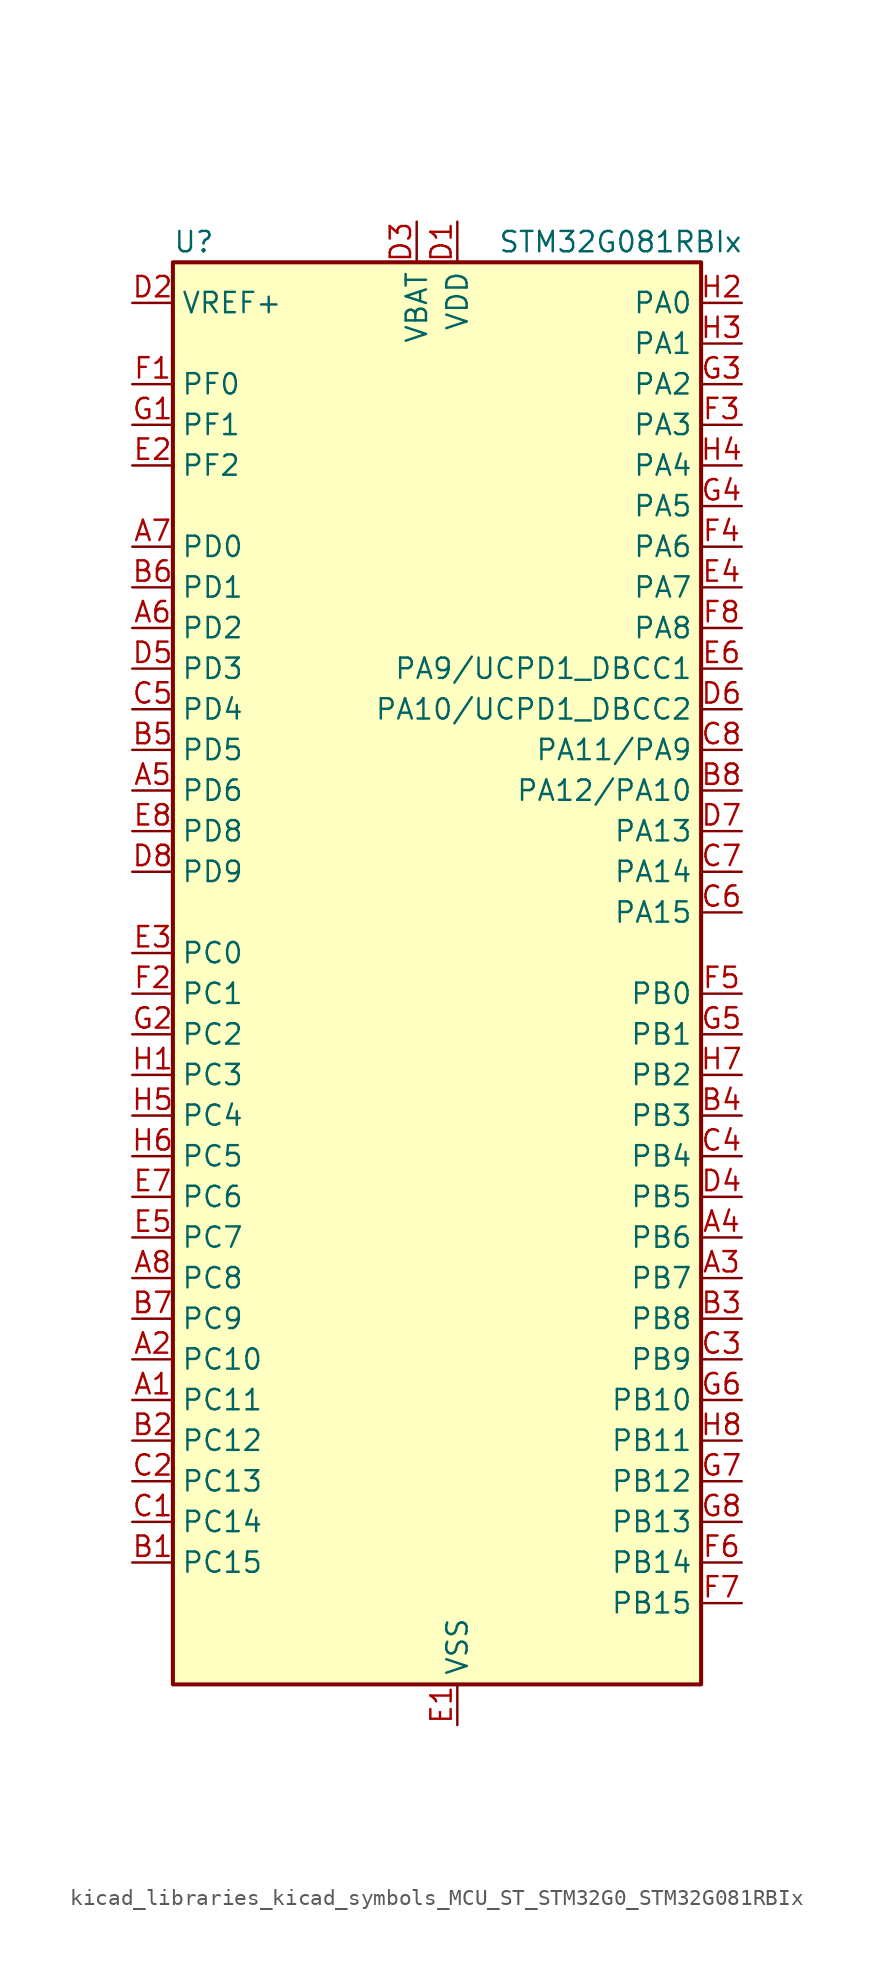
<source format=kicad_sym>
(kicad_symbol_lib
  (version 20220914)
  (generator kicad_symbol_editor)
  (symbol "kicad_libraries_kicad_symbols_MCU_ST_STM32G0_STM32G081RBIx"
    (property "Reference" "U"
      (at -15.24 46.99 0)
      (effects (font (size 1.27 1.27)) (justify left)))
    (property "Value" "STM32G081RBIx"
      (at 5.08 46.99 0)
      (effects (font (size 1.27 1.27)) (justify left)))
    (property "ki_locked" ""
      (at 0 0 0)
      (effects (font (size 1.27 1.27))))
    (symbol "kicad_libraries_kicad_symbols_MCU_ST_STM32G0_STM32G081RBIx_0_1"
      (rectangle (start -15.24 -43.18) (end 17.78 45.72) (stroke (width 0.254) (type default)) (fill (type background))))
    (symbol "kicad_libraries_kicad_symbols_MCU_ST_STM32G0_STM32G081RBIx_1_1"
      (pin bidirectional line (at -17.78 -25.4 0) (length 2.54) (name "PC11" (effects (font (size 1.27 1.27)))) (number "A1" (effects (font (size 1.27 1.27)))) (alternate "ADC1_EXTI11" bidirectional line) (alternate "TIM1_CH4" bidirectional line) (alternate "USART3_RX" bidirectional line) (alternate "USART4_RX" bidirectional line))
      (pin bidirectional line (at -17.78 -22.86 0) (length 2.54) (name "PC10" (effects (font (size 1.27 1.27)))) (number "A2" (effects (font (size 1.27 1.27)))) (alternate "TIM1_CH3" bidirectional line) (alternate "USART3_TX" bidirectional line) (alternate "USART4_TX" bidirectional line))
      (pin bidirectional line (at 20.32 -17.78 180) (length 2.54) (name "PB7" (effects (font (size 1.27 1.27)))) (number "A3" (effects (font (size 1.27 1.27)))) (alternate "COMP2_INM" bidirectional line) (alternate "I2C1_SDA" bidirectional line) (alternate "LPTIM1_IN2" bidirectional line) (alternate "SPI2_MOSI" bidirectional line) (alternate "SYS_PVD_IN" bidirectional line) (alternate "TIM17_CH1N" bidirectional line) (alternate "USART1_RX" bidirectional line) (alternate "USART4_CTS" bidirectional line) (alternate "USART4_NSS" bidirectional line))
      (pin bidirectional line (at 20.32 -15.24 180) (length 2.54) (name "PB6" (effects (font (size 1.27 1.27)))) (number "A4" (effects (font (size 1.27 1.27)))) (alternate "COMP2_INP" bidirectional line) (alternate "I2C1_SCL" bidirectional line) (alternate "LPTIM1_ETR" bidirectional line) (alternate "SPI2_MISO" bidirectional line) (alternate "TIM16_CH1N" bidirectional line) (alternate "TIM1_CH3" bidirectional line) (alternate "USART1_TX" bidirectional line))
      (pin bidirectional line (at -17.78 12.7 0) (length 2.54) (name "PD6" (effects (font (size 1.27 1.27)))) (number "A5" (effects (font (size 1.27 1.27)))) (alternate "I2S1_SD" bidirectional line) (alternate "LPTIM2_OUT" bidirectional line) (alternate "SPI1_MOSI" bidirectional line) (alternate "USART2_RX" bidirectional line))
      (pin bidirectional line (at -17.78 22.86 0) (length 2.54) (name "PD2" (effects (font (size 1.27 1.27)))) (number "A6" (effects (font (size 1.27 1.27)))) (alternate "TIM1_CH1N" bidirectional line) (alternate "TIM3_ETR" bidirectional line) (alternate "UCPD2_CC2" bidirectional line) (alternate "USART3_CK" bidirectional line) (alternate "USART3_DE" bidirectional line) (alternate "USART3_RTS" bidirectional line))
      (pin bidirectional line (at -17.78 27.94 0) (length 2.54) (name "PD0" (effects (font (size 1.27 1.27)))) (number "A7" (effects (font (size 1.27 1.27)))) (alternate "SPI2_NSS" bidirectional line) (alternate "TIM16_CH1" bidirectional line) (alternate "UCPD2_CC1" bidirectional line))
      (pin bidirectional line (at -17.78 -17.78 0) (length 2.54) (name "PC8" (effects (font (size 1.27 1.27)))) (number "A8" (effects (font (size 1.27 1.27)))) (alternate "TIM1_CH1" bidirectional line) (alternate "TIM3_CH3" bidirectional line) (alternate "UCPD2_FRSTX1" bidirectional line) (alternate "UCPD2_FRSTX2" bidirectional line))
      (pin bidirectional line (at -17.78 -35.56 0) (length 2.54) (name "PC15" (effects (font (size 1.27 1.27)))) (number "B1" (effects (font (size 1.27 1.27)))) (alternate "RCC_OSC32_EN" bidirectional line) (alternate "RCC_OSC32_OUT" bidirectional line) (alternate "RCC_OSC_EN" bidirectional line) (alternate "TIM15_BK" bidirectional line))
      (pin bidirectional line (at -17.78 -27.94 0) (length 2.54) (name "PC12" (effects (font (size 1.27 1.27)))) (number "B2" (effects (font (size 1.27 1.27)))) (alternate "LPTIM1_IN1" bidirectional line) (alternate "TIM14_CH1" bidirectional line) (alternate "UCPD1_FRSTX1" bidirectional line) (alternate "UCPD1_FRSTX2" bidirectional line))
      (pin bidirectional line (at 20.32 -20.32 180) (length 2.54) (name "PB8" (effects (font (size 1.27 1.27)))) (number "B3" (effects (font (size 1.27 1.27)))) (alternate "CEC" bidirectional line) (alternate "I2C1_SCL" bidirectional line) (alternate "SPI2_SCK" bidirectional line) (alternate "TIM15_BK" bidirectional line) (alternate "TIM16_CH1" bidirectional line) (alternate "USART3_TX" bidirectional line))
      (pin bidirectional line (at 20.32 -7.62 180) (length 2.54) (name "PB3" (effects (font (size 1.27 1.27)))) (number "B4" (effects (font (size 1.27 1.27)))) (alternate "COMP2_INM" bidirectional line) (alternate "I2S1_CK" bidirectional line) (alternate "SPI1_SCK" bidirectional line) (alternate "TIM1_CH2" bidirectional line) (alternate "TIM2_CH2" bidirectional line) (alternate "USART1_CK" bidirectional line) (alternate "USART1_DE" bidirectional line) (alternate "USART1_RTS" bidirectional line))
      (pin bidirectional line (at -17.78 15.24 0) (length 2.54) (name "PD5" (effects (font (size 1.27 1.27)))) (number "B5" (effects (font (size 1.27 1.27)))) (alternate "I2S1_MCK" bidirectional line) (alternate "SPI1_MISO" bidirectional line) (alternate "TIM1_BK" bidirectional line) (alternate "USART2_TX" bidirectional line))
      (pin bidirectional line (at -17.78 25.4 0) (length 2.54) (name "PD1" (effects (font (size 1.27 1.27)))) (number "B6" (effects (font (size 1.27 1.27)))) (alternate "SPI2_SCK" bidirectional line) (alternate "TIM17_CH1" bidirectional line) (alternate "UCPD2_DBCC1" bidirectional line))
      (pin bidirectional line (at -17.78 -20.32 0) (length 2.54) (name "PC9" (effects (font (size 1.27 1.27)))) (number "B7" (effects (font (size 1.27 1.27)))) (alternate "DAC1_EXTI9" bidirectional line) (alternate "I2S_CKIN" bidirectional line) (alternate "TIM1_CH2" bidirectional line) (alternate "TIM3_CH4" bidirectional line))
      (pin bidirectional line (at 20.32 12.7 180) (length 2.54) (name "PA12/PA10" (effects (font (size 1.27 1.27)))) (number "B8" (effects (font (size 1.27 1.27)))) (alternate "COMP2_OUT" bidirectional line) (alternate "I2C2_SDA" bidirectional line) (alternate "I2S1_SD" bidirectional line) (alternate "I2S_CKIN" bidirectional line) (alternate "SPI1_MOSI" bidirectional line) (alternate "TIM1_ETR" bidirectional line) (alternate "USART1_CK" bidirectional line) (alternate "USART1_DE" bidirectional line) (alternate "USART1_RTS" bidirectional line))
      (pin bidirectional line (at -17.78 -33.02 0) (length 2.54) (name "PC14" (effects (font (size 1.27 1.27)))) (number "C1" (effects (font (size 1.27 1.27)))) (alternate "RCC_OSC32_IN" bidirectional line) (alternate "TIM1_BK2" bidirectional line))
      (pin bidirectional line (at -17.78 -30.48 0) (length 2.54) (name "PC13" (effects (font (size 1.27 1.27)))) (number "C2" (effects (font (size 1.27 1.27)))) (alternate "RTC_OUT_ALARM" bidirectional line) (alternate "RTC_OUT_CALIB" bidirectional line) (alternate "RTC_TAMP_IN1" bidirectional line) (alternate "RTC_TS" bidirectional line) (alternate "SYS_WKUP2" bidirectional line) (alternate "TIM1_BK" bidirectional line))
      (pin bidirectional line (at 20.32 -22.86 180) (length 2.54) (name "PB9" (effects (font (size 1.27 1.27)))) (number "C3" (effects (font (size 1.27 1.27)))) (alternate "DAC1_EXTI9" bidirectional line) (alternate "I2C1_SDA" bidirectional line) (alternate "IR_OUT" bidirectional line) (alternate "SPI2_NSS" bidirectional line) (alternate "TIM17_CH1" bidirectional line) (alternate "UCPD2_FRSTX1" bidirectional line) (alternate "UCPD2_FRSTX2" bidirectional line) (alternate "USART3_RX" bidirectional line))
      (pin bidirectional line (at 20.32 -10.16 180) (length 2.54) (name "PB4" (effects (font (size 1.27 1.27)))) (number "C4" (effects (font (size 1.27 1.27)))) (alternate "COMP2_INP" bidirectional line) (alternate "I2S1_MCK" bidirectional line) (alternate "SPI1_MISO" bidirectional line) (alternate "TIM17_BK" bidirectional line) (alternate "TIM3_CH1" bidirectional line) (alternate "USART1_CTS" bidirectional line) (alternate "USART1_NSS" bidirectional line))
      (pin bidirectional line (at -17.78 17.78 0) (length 2.54) (name "PD4" (effects (font (size 1.27 1.27)))) (number "C5" (effects (font (size 1.27 1.27)))) (alternate "SPI2_MOSI" bidirectional line) (alternate "TIM1_CH3N" bidirectional line) (alternate "USART2_CK" bidirectional line) (alternate "USART2_DE" bidirectional line) (alternate "USART2_RTS" bidirectional line))
      (pin bidirectional line (at 20.32 5.08 180) (length 2.54) (name "PA15" (effects (font (size 1.27 1.27)))) (number "C6" (effects (font (size 1.27 1.27)))) (alternate "I2S1_WS" bidirectional line) (alternate "SPI1_NSS" bidirectional line) (alternate "TIM2_CH1" bidirectional line) (alternate "TIM2_ETR" bidirectional line) (alternate "USART2_RX" bidirectional line) (alternate "USART3_CK" bidirectional line) (alternate "USART3_DE" bidirectional line) (alternate "USART3_RTS" bidirectional line) (alternate "USART4_CK" bidirectional line) (alternate "USART4_DE" bidirectional line) (alternate "USART4_RTS" bidirectional line))
      (pin bidirectional line (at 20.32 7.62 180) (length 2.54) (name "PA14" (effects (font (size 1.27 1.27)))) (number "C7" (effects (font (size 1.27 1.27)))) (alternate "SYS_SWCLK" bidirectional line) (alternate "USART2_TX" bidirectional line))
      (pin bidirectional line (at 20.32 15.24 180) (length 2.54) (name "PA11/PA9" (effects (font (size 1.27 1.27)))) (number "C8" (effects (font (size 1.27 1.27)))) (alternate "ADC1_EXTI11" bidirectional line) (alternate "COMP1_OUT" bidirectional line) (alternate "I2C2_SCL" bidirectional line) (alternate "I2S1_MCK" bidirectional line) (alternate "SPI1_MISO" bidirectional line) (alternate "TIM1_BK2" bidirectional line) (alternate "TIM1_CH4" bidirectional line) (alternate "USART1_CTS" bidirectional line) (alternate "USART1_NSS" bidirectional line))
      (pin power_in line (at 2.54 48.26 270) (length 2.54) (name "VDD" (effects (font (size 1.27 1.27)))) (number "D1" (effects (font (size 1.27 1.27)))))
      (pin input line (at -17.78 43.18 0) (length 2.54) (name "VREF+" (effects (font (size 1.27 1.27)))) (number "D2" (effects (font (size 1.27 1.27)))) (alternate "VREFBUF_OUT" bidirectional line))
      (pin power_in line (at 0 48.26 270) (length 2.54) (name "VBAT" (effects (font (size 1.27 1.27)))) (number "D3" (effects (font (size 1.27 1.27)))))
      (pin bidirectional line (at 20.32 -12.7 180) (length 2.54) (name "PB5" (effects (font (size 1.27 1.27)))) (number "D4" (effects (font (size 1.27 1.27)))) (alternate "COMP2_OUT" bidirectional line) (alternate "I2C1_SMBA" bidirectional line) (alternate "I2S1_SD" bidirectional line) (alternate "LPTIM1_IN1" bidirectional line) (alternate "SPI1_MOSI" bidirectional line) (alternate "SYS_WKUP6" bidirectional line) (alternate "TIM16_BK" bidirectional line) (alternate "TIM3_CH2" bidirectional line))
      (pin bidirectional line (at -17.78 20.32 0) (length 2.54) (name "PD3" (effects (font (size 1.27 1.27)))) (number "D5" (effects (font (size 1.27 1.27)))) (alternate "SPI2_MISO" bidirectional line) (alternate "TIM1_CH2N" bidirectional line) (alternate "UCPD2_DBCC2" bidirectional line) (alternate "USART2_CTS" bidirectional line) (alternate "USART2_NSS" bidirectional line))
      (pin bidirectional line (at 20.32 17.78 180) (length 2.54) (name "PA10/UCPD1_DBCC2" (effects (font (size 1.27 1.27)))) (number "D6" (effects (font (size 1.27 1.27)))) (alternate "I2C1_SDA" bidirectional line) (alternate "SPI2_MOSI" bidirectional line) (alternate "TIM17_BK" bidirectional line) (alternate "TIM1_CH3" bidirectional line) (alternate "UCPD1_DBCC2" bidirectional line) (alternate "USART1_RX" bidirectional line))
      (pin bidirectional line (at 20.32 10.16 180) (length 2.54) (name "PA13" (effects (font (size 1.27 1.27)))) (number "D7" (effects (font (size 1.27 1.27)))) (alternate "IR_OUT" bidirectional line) (alternate "SYS_SWDIO" bidirectional line))
      (pin bidirectional line (at -17.78 7.62 0) (length 2.54) (name "PD9" (effects (font (size 1.27 1.27)))) (number "D8" (effects (font (size 1.27 1.27)))) (alternate "DAC1_EXTI9" bidirectional line) (alternate "I2S1_WS" bidirectional line) (alternate "SPI1_NSS" bidirectional line) (alternate "TIM1_BK2" bidirectional line) (alternate "USART3_RX" bidirectional line))
      (pin power_in line (at 2.54 -45.72 90) (length 2.54) (name "VSS" (effects (font (size 1.27 1.27)))) (number "E1" (effects (font (size 1.27 1.27)))))
      (pin bidirectional line (at -17.78 33.02 0) (length 2.54) (name "PF2" (effects (font (size 1.27 1.27)))) (number "E2" (effects (font (size 1.27 1.27)))) (alternate "RCC_MCO" bidirectional line))
      (pin bidirectional line (at -17.78 2.54 0) (length 2.54) (name "PC0" (effects (font (size 1.27 1.27)))) (number "E3" (effects (font (size 1.27 1.27)))) (alternate "LPTIM1_IN1" bidirectional line) (alternate "LPTIM2_IN1" bidirectional line) (alternate "LPUART1_RX" bidirectional line))
      (pin bidirectional line (at 20.32 25.4 180) (length 2.54) (name "PA7" (effects (font (size 1.27 1.27)))) (number "E4" (effects (font (size 1.27 1.27)))) (alternate "ADC1_IN7" bidirectional line) (alternate "COMP2_OUT" bidirectional line) (alternate "I2S1_SD" bidirectional line) (alternate "SPI1_MOSI" bidirectional line) (alternate "TIM14_CH1" bidirectional line) (alternate "TIM17_CH1" bidirectional line) (alternate "TIM1_CH1N" bidirectional line) (alternate "TIM3_CH2" bidirectional line) (alternate "UCPD1_FRSTX1" bidirectional line) (alternate "UCPD1_FRSTX2" bidirectional line))
      (pin bidirectional line (at -17.78 -15.24 0) (length 2.54) (name "PC7" (effects (font (size 1.27 1.27)))) (number "E5" (effects (font (size 1.27 1.27)))) (alternate "TIM2_CH4" bidirectional line) (alternate "TIM3_CH2" bidirectional line) (alternate "UCPD2_FRSTX1" bidirectional line) (alternate "UCPD2_FRSTX2" bidirectional line))
      (pin bidirectional line (at 20.32 20.32 180) (length 2.54) (name "PA9/UCPD1_DBCC1" (effects (font (size 1.27 1.27)))) (number "E6" (effects (font (size 1.27 1.27)))) (alternate "DAC1_EXTI9" bidirectional line) (alternate "I2C1_SCL" bidirectional line) (alternate "RCC_MCO" bidirectional line) (alternate "SPI2_MISO" bidirectional line) (alternate "TIM15_BK" bidirectional line) (alternate "TIM1_CH2" bidirectional line) (alternate "UCPD1_DBCC1" bidirectional line) (alternate "USART1_TX" bidirectional line))
      (pin bidirectional line (at -17.78 -12.7 0) (length 2.54) (name "PC6" (effects (font (size 1.27 1.27)))) (number "E7" (effects (font (size 1.27 1.27)))) (alternate "TIM2_CH3" bidirectional line) (alternate "TIM3_CH1" bidirectional line) (alternate "UCPD1_FRSTX1" bidirectional line) (alternate "UCPD1_FRSTX2" bidirectional line))
      (pin bidirectional line (at -17.78 10.16 0) (length 2.54) (name "PD8" (effects (font (size 1.27 1.27)))) (number "E8" (effects (font (size 1.27 1.27)))) (alternate "I2S1_CK" bidirectional line) (alternate "LPTIM1_OUT" bidirectional line) (alternate "SPI1_SCK" bidirectional line) (alternate "USART3_TX" bidirectional line))
      (pin bidirectional line (at -17.78 38.1 0) (length 2.54) (name "PF0" (effects (font (size 1.27 1.27)))) (number "F1" (effects (font (size 1.27 1.27)))) (alternate "RCC_OSC_IN" bidirectional line) (alternate "TIM14_CH1" bidirectional line))
      (pin bidirectional line (at -17.78 0 0) (length 2.54) (name "PC1" (effects (font (size 1.27 1.27)))) (number "F2" (effects (font (size 1.27 1.27)))) (alternate "LPTIM1_OUT" bidirectional line) (alternate "LPUART1_TX" bidirectional line) (alternate "TIM15_CH1" bidirectional line))
      (pin bidirectional line (at 20.32 35.56 180) (length 2.54) (name "PA3" (effects (font (size 1.27 1.27)))) (number "F3" (effects (font (size 1.27 1.27)))) (alternate "ADC1_IN3" bidirectional line) (alternate "COMP2_INP" bidirectional line) (alternate "LPUART1_RX" bidirectional line) (alternate "SPI2_MISO" bidirectional line) (alternate "TIM15_CH2" bidirectional line) (alternate "TIM2_CH4" bidirectional line) (alternate "UCPD2_FRSTX1" bidirectional line) (alternate "UCPD2_FRSTX2" bidirectional line) (alternate "USART2_RX" bidirectional line))
      (pin bidirectional line (at 20.32 27.94 180) (length 2.54) (name "PA6" (effects (font (size 1.27 1.27)))) (number "F4" (effects (font (size 1.27 1.27)))) (alternate "ADC1_IN6" bidirectional line) (alternate "COMP1_OUT" bidirectional line) (alternate "I2S1_MCK" bidirectional line) (alternate "LPUART1_CTS" bidirectional line) (alternate "SPI1_MISO" bidirectional line) (alternate "TIM16_CH1" bidirectional line) (alternate "TIM1_BK" bidirectional line) (alternate "TIM3_CH1" bidirectional line) (alternate "USART3_CTS" bidirectional line) (alternate "USART3_NSS" bidirectional line))
      (pin bidirectional line (at 20.32 0 180) (length 2.54) (name "PB0" (effects (font (size 1.27 1.27)))) (number "F5" (effects (font (size 1.27 1.27)))) (alternate "ADC1_IN8" bidirectional line) (alternate "COMP1_OUT" bidirectional line) (alternate "I2S1_WS" bidirectional line) (alternate "LPTIM1_OUT" bidirectional line) (alternate "SPI1_NSS" bidirectional line) (alternate "TIM1_CH2N" bidirectional line) (alternate "TIM3_CH3" bidirectional line) (alternate "UCPD1_FRSTX1" bidirectional line) (alternate "UCPD1_FRSTX2" bidirectional line) (alternate "USART3_RX" bidirectional line))
      (pin bidirectional line (at 20.32 -35.56 180) (length 2.54) (name "PB14" (effects (font (size 1.27 1.27)))) (number "F6" (effects (font (size 1.27 1.27)))) (alternate "I2C2_SDA" bidirectional line) (alternate "SPI2_MISO" bidirectional line) (alternate "TIM15_CH1" bidirectional line) (alternate "TIM1_CH2N" bidirectional line) (alternate "UCPD1_FRSTX1" bidirectional line) (alternate "UCPD1_FRSTX2" bidirectional line) (alternate "USART3_CK" bidirectional line) (alternate "USART3_DE" bidirectional line) (alternate "USART3_RTS" bidirectional line))
      (pin bidirectional line (at 20.32 -38.1 180) (length 2.54) (name "PB15" (effects (font (size 1.27 1.27)))) (number "F7" (effects (font (size 1.27 1.27)))) (alternate "RTC_REFIN" bidirectional line) (alternate "SPI2_MOSI" bidirectional line) (alternate "TIM15_CH1N" bidirectional line) (alternate "TIM15_CH2" bidirectional line) (alternate "TIM1_CH3N" bidirectional line) (alternate "UCPD1_CC2" bidirectional line))
      (pin bidirectional line (at 20.32 22.86 180) (length 2.54) (name "PA8" (effects (font (size 1.27 1.27)))) (number "F8" (effects (font (size 1.27 1.27)))) (alternate "LPTIM2_OUT" bidirectional line) (alternate "RCC_MCO" bidirectional line) (alternate "SPI2_NSS" bidirectional line) (alternate "TIM1_CH1" bidirectional line) (alternate "UCPD1_CC1" bidirectional line))
      (pin bidirectional line (at -17.78 35.56 0) (length 2.54) (name "PF1" (effects (font (size 1.27 1.27)))) (number "G1" (effects (font (size 1.27 1.27)))) (alternate "RCC_OSC_EN" bidirectional line) (alternate "RCC_OSC_OUT" bidirectional line) (alternate "TIM15_CH1N" bidirectional line))
      (pin bidirectional line (at -17.78 -2.54 0) (length 2.54) (name "PC2" (effects (font (size 1.27 1.27)))) (number "G2" (effects (font (size 1.27 1.27)))) (alternate "LPTIM1_IN2" bidirectional line) (alternate "SPI2_MISO" bidirectional line) (alternate "TIM15_CH2" bidirectional line))
      (pin bidirectional line (at 20.32 38.1 180) (length 2.54) (name "PA2" (effects (font (size 1.27 1.27)))) (number "G3" (effects (font (size 1.27 1.27)))) (alternate "ADC1_IN2" bidirectional line) (alternate "COMP2_INM" bidirectional line) (alternate "COMP2_OUT" bidirectional line) (alternate "I2S1_SD" bidirectional line) (alternate "LPUART1_TX" bidirectional line) (alternate "RCC_LSCO" bidirectional line) (alternate "SPI1_MOSI" bidirectional line) (alternate "SYS_WKUP4" bidirectional line) (alternate "TIM15_CH1" bidirectional line) (alternate "TIM2_CH3" bidirectional line) (alternate "UCPD1_FRSTX1" bidirectional line) (alternate "UCPD1_FRSTX2" bidirectional line) (alternate "USART2_TX" bidirectional line))
      (pin bidirectional line (at 20.32 30.48 180) (length 2.54) (name "PA5" (effects (font (size 1.27 1.27)))) (number "G4" (effects (font (size 1.27 1.27)))) (alternate "ADC1_IN5" bidirectional line) (alternate "CEC" bidirectional line) (alternate "DAC1_OUT2" bidirectional line) (alternate "I2S1_CK" bidirectional line) (alternate "LPTIM2_ETR" bidirectional line) (alternate "SPI1_SCK" bidirectional line) (alternate "TIM2_CH1" bidirectional line) (alternate "TIM2_ETR" bidirectional line) (alternate "UCPD1_FRSTX1" bidirectional line) (alternate "UCPD1_FRSTX2" bidirectional line) (alternate "USART3_TX" bidirectional line))
      (pin bidirectional line (at 20.32 -2.54 180) (length 2.54) (name "PB1" (effects (font (size 1.27 1.27)))) (number "G5" (effects (font (size 1.27 1.27)))) (alternate "ADC1_IN9" bidirectional line) (alternate "COMP1_INM" bidirectional line) (alternate "LPTIM2_IN1" bidirectional line) (alternate "LPUART1_DE" bidirectional line) (alternate "LPUART1_RTS" bidirectional line) (alternate "TIM14_CH1" bidirectional line) (alternate "TIM1_CH3N" bidirectional line) (alternate "TIM3_CH4" bidirectional line) (alternate "USART3_CK" bidirectional line) (alternate "USART3_DE" bidirectional line) (alternate "USART3_RTS" bidirectional line))
      (pin bidirectional line (at 20.32 -25.4 180) (length 2.54) (name "PB10" (effects (font (size 1.27 1.27)))) (number "G6" (effects (font (size 1.27 1.27)))) (alternate "ADC1_IN11" bidirectional line) (alternate "CEC" bidirectional line) (alternate "COMP1_OUT" bidirectional line) (alternate "I2C2_SCL" bidirectional line) (alternate "LPUART1_RX" bidirectional line) (alternate "SPI2_SCK" bidirectional line) (alternate "TIM2_CH3" bidirectional line) (alternate "USART3_TX" bidirectional line))
      (pin bidirectional line (at 20.32 -30.48 180) (length 2.54) (name "PB12" (effects (font (size 1.27 1.27)))) (number "G7" (effects (font (size 1.27 1.27)))) (alternate "ADC1_IN16" bidirectional line) (alternate "LPUART1_DE" bidirectional line) (alternate "LPUART1_RTS" bidirectional line) (alternate "SPI2_NSS" bidirectional line) (alternate "TIM15_BK" bidirectional line) (alternate "TIM1_BK" bidirectional line) (alternate "UCPD2_FRSTX1" bidirectional line) (alternate "UCPD2_FRSTX2" bidirectional line))
      (pin bidirectional line (at 20.32 -33.02 180) (length 2.54) (name "PB13" (effects (font (size 1.27 1.27)))) (number "G8" (effects (font (size 1.27 1.27)))) (alternate "I2C2_SCL" bidirectional line) (alternate "LPUART1_CTS" bidirectional line) (alternate "SPI2_SCK" bidirectional line) (alternate "TIM15_CH1N" bidirectional line) (alternate "TIM1_CH1N" bidirectional line) (alternate "USART3_CTS" bidirectional line) (alternate "USART3_NSS" bidirectional line))
      (pin bidirectional line (at -17.78 -5.08 0) (length 2.54) (name "PC3" (effects (font (size 1.27 1.27)))) (number "H1" (effects (font (size 1.27 1.27)))) (alternate "LPTIM1_ETR" bidirectional line) (alternate "LPTIM2_ETR" bidirectional line) (alternate "SPI2_MOSI" bidirectional line))
      (pin bidirectional line (at 20.32 43.18 180) (length 2.54) (name "PA0" (effects (font (size 1.27 1.27)))) (number "H2" (effects (font (size 1.27 1.27)))) (alternate "ADC1_IN0" bidirectional line) (alternate "COMP1_INM" bidirectional line) (alternate "COMP1_OUT" bidirectional line) (alternate "LPTIM1_OUT" bidirectional line) (alternate "RTC_TAMP_IN2" bidirectional line) (alternate "SPI2_SCK" bidirectional line) (alternate "SYS_WKUP1" bidirectional line) (alternate "TIM2_CH1" bidirectional line) (alternate "TIM2_ETR" bidirectional line) (alternate "UCPD2_FRSTX1" bidirectional line) (alternate "UCPD2_FRSTX2" bidirectional line) (alternate "USART2_CTS" bidirectional line) (alternate "USART2_NSS" bidirectional line) (alternate "USART4_TX" bidirectional line))
      (pin bidirectional line (at 20.32 40.64 180) (length 2.54) (name "PA1" (effects (font (size 1.27 1.27)))) (number "H3" (effects (font (size 1.27 1.27)))) (alternate "ADC1_IN1" bidirectional line) (alternate "COMP1_INP" bidirectional line) (alternate "I2C1_SMBA" bidirectional line) (alternate "I2S1_CK" bidirectional line) (alternate "SPI1_SCK" bidirectional line) (alternate "TIM15_CH1N" bidirectional line) (alternate "TIM2_CH2" bidirectional line) (alternate "USART2_CK" bidirectional line) (alternate "USART2_DE" bidirectional line) (alternate "USART2_RTS" bidirectional line) (alternate "USART4_RX" bidirectional line))
      (pin bidirectional line (at 20.32 33.02 180) (length 2.54) (name "PA4" (effects (font (size 1.27 1.27)))) (number "H4" (effects (font (size 1.27 1.27)))) (alternate "ADC1_IN4" bidirectional line) (alternate "DAC1_OUT1" bidirectional line) (alternate "I2S1_WS" bidirectional line) (alternate "LPTIM2_OUT" bidirectional line) (alternate "RTC_OUT_ALARM" bidirectional line) (alternate "RTC_OUT_CALIB" bidirectional line) (alternate "SPI1_NSS" bidirectional line) (alternate "SPI2_MOSI" bidirectional line) (alternate "TIM14_CH1" bidirectional line) (alternate "UCPD2_FRSTX1" bidirectional line) (alternate "UCPD2_FRSTX2" bidirectional line))
      (pin bidirectional line (at -17.78 -7.62 0) (length 2.54) (name "PC4" (effects (font (size 1.27 1.27)))) (number "H5" (effects (font (size 1.27 1.27)))) (alternate "ADC1_IN17" bidirectional line) (alternate "COMP1_INM" bidirectional line) (alternate "TIM2_CH1" bidirectional line) (alternate "TIM2_ETR" bidirectional line) (alternate "USART1_TX" bidirectional line) (alternate "USART3_TX" bidirectional line))
      (pin bidirectional line (at -17.78 -10.16 0) (length 2.54) (name "PC5" (effects (font (size 1.27 1.27)))) (number "H6" (effects (font (size 1.27 1.27)))) (alternate "ADC1_IN18" bidirectional line) (alternate "COMP1_INP" bidirectional line) (alternate "SYS_WKUP5" bidirectional line) (alternate "TIM2_CH2" bidirectional line) (alternate "USART1_RX" bidirectional line) (alternate "USART3_RX" bidirectional line))
      (pin bidirectional line (at 20.32 -5.08 180) (length 2.54) (name "PB2" (effects (font (size 1.27 1.27)))) (number "H7" (effects (font (size 1.27 1.27)))) (alternate "ADC1_IN10" bidirectional line) (alternate "COMP1_INP" bidirectional line) (alternate "LPTIM1_OUT" bidirectional line) (alternate "SPI2_MISO" bidirectional line) (alternate "USART3_TX" bidirectional line))
      (pin bidirectional line (at 20.32 -27.94 180) (length 2.54) (name "PB11" (effects (font (size 1.27 1.27)))) (number "H8" (effects (font (size 1.27 1.27)))) (alternate "ADC1_EXTI11" bidirectional line) (alternate "ADC1_IN15" bidirectional line) (alternate "COMP2_OUT" bidirectional line) (alternate "I2C2_SDA" bidirectional line) (alternate "LPUART1_TX" bidirectional line) (alternate "SPI2_MOSI" bidirectional line) (alternate "TIM2_CH4" bidirectional line) (alternate "USART3_RX" bidirectional line)))))
</source>
